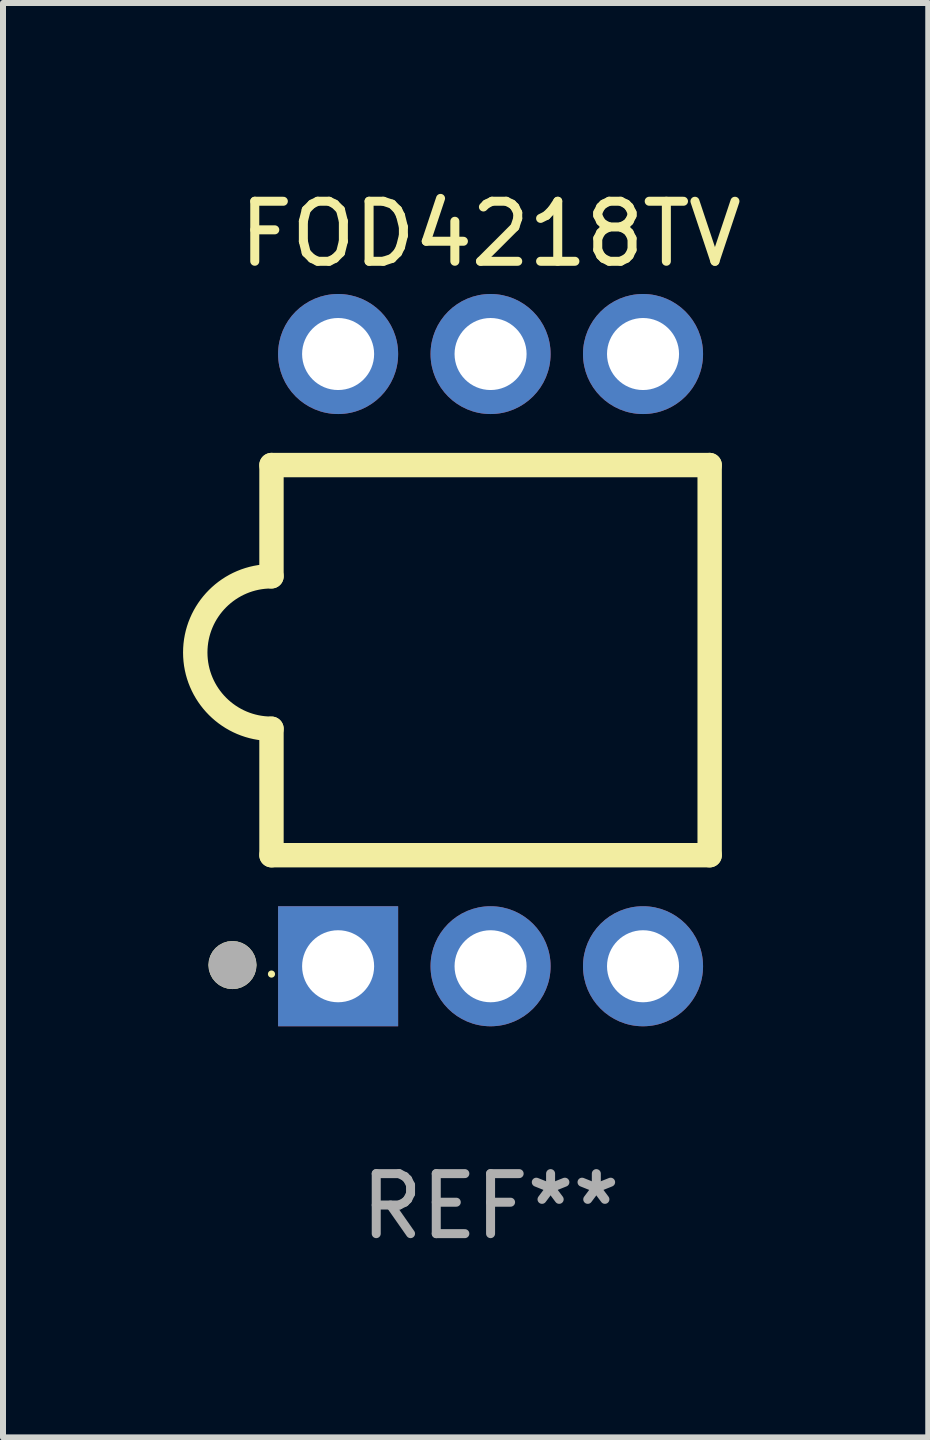
<source format=kicad_pcb>
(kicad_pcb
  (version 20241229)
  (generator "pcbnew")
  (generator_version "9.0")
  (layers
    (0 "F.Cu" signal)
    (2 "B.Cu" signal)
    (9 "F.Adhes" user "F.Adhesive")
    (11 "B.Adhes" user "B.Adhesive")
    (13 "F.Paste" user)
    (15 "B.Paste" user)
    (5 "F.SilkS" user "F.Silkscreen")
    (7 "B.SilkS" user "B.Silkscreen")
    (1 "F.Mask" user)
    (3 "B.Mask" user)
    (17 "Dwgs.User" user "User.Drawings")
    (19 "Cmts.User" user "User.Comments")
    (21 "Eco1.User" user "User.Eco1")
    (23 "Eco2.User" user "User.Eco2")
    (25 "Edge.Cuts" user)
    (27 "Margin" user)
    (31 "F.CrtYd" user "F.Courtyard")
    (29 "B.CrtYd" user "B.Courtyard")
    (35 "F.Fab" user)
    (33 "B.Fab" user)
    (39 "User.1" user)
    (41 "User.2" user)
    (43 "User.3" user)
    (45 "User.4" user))
  (footprint "FOD4218TV"
    (layer "F.Cu")
    (at 5.123 7.948)
    (property "Reference" "FOD4218TV" (at 0 -7.1 0) (layer "F.SilkS") (effects (font (size 1 1) (thickness 0.15))))
    (attr through_hole)
    (fp_line (start -3.65 1.143) (end -3.65 3.25) (stroke (width 0.406) (type solid)) (layer "F.SilkS"))
    (fp_line (start -3.65 -3.25) (end -3.65 -1.397) (stroke (width 0.406) (type solid)) (layer "F.SilkS"))
    (fp_line (start -3.65 -3.25) (end 3.65 -3.25) (stroke (width 0.406) (type solid)) (layer "F.SilkS"))
    (fp_line (start 3.65 -3.25) (end 3.65 3.25) (stroke (width 0.406) (type solid)) (layer "F.SilkS"))
    (fp_line (start 3.65 3.25) (end -3.65 3.25) (stroke (width 0.406) (type solid)) (layer "F.SilkS"))
    (fp_arc (start -3.650013 1.143002) (mid -4.919989 -0.127014) (end -3.649986 -1.397002) (stroke (width 0.4064) (type solid)) (layer "F.SilkS"))
    (fp_circle (center -4.3 5.08) (end -4.1 5.08) (stroke (width 0.4) (type solid)) (fill no) (layer "F.SilkS"))
    (fp_circle (center -3.65 5.23) (end -3.62 5.23) (stroke (width 0.06) (type solid)) (fill no) (layer "F.SilkS"))
    (fp_circle (center -4.3 5.08) (end -4.1 5.08) (stroke (width 0.4) (type solid)) (fill no) (layer "F.Fab"))
    (fp_text user "REF**" (at 0 9.1 0) (layer "F.Fab") (effects (font (size 1 1) (thickness 0.15))))
    (pad "1" thru_hole rect (at -2.54 5.1 90) (size 2 2) (drill 1.2) (layers "*.Cu" "*.Mask"))
    (pad "2" thru_hole circle (at 0 5.1) (size 2 2) (drill 1.2) (layers "*.Cu" "*.Mask"))
    (pad "3" thru_hole circle (at 2.54 5.1) (size 2 2) (drill 1.2) (layers "*.Cu" "*.Mask"))
    (pad "4" thru_hole circle (at 2.54 -5.1) (size 2 2) (drill 1.2) (layers "*.Cu" "*.Mask"))
    (pad "5" thru_hole circle (at 0 -5.1) (size 2 2) (drill 1.2) (layers "*.Cu" "*.Mask"))
    (pad "6" thru_hole circle (at -2.54 -5.1) (size 2 2) (drill 1.2) (layers "*.Cu" "*.Mask")))
  (gr_rect
    (start -3 -3)
    (end 12.415 20.897)
    (stroke (width 0.1) (type default))
    (fill no)
    (layer "Edge.Cuts")))
</source>
